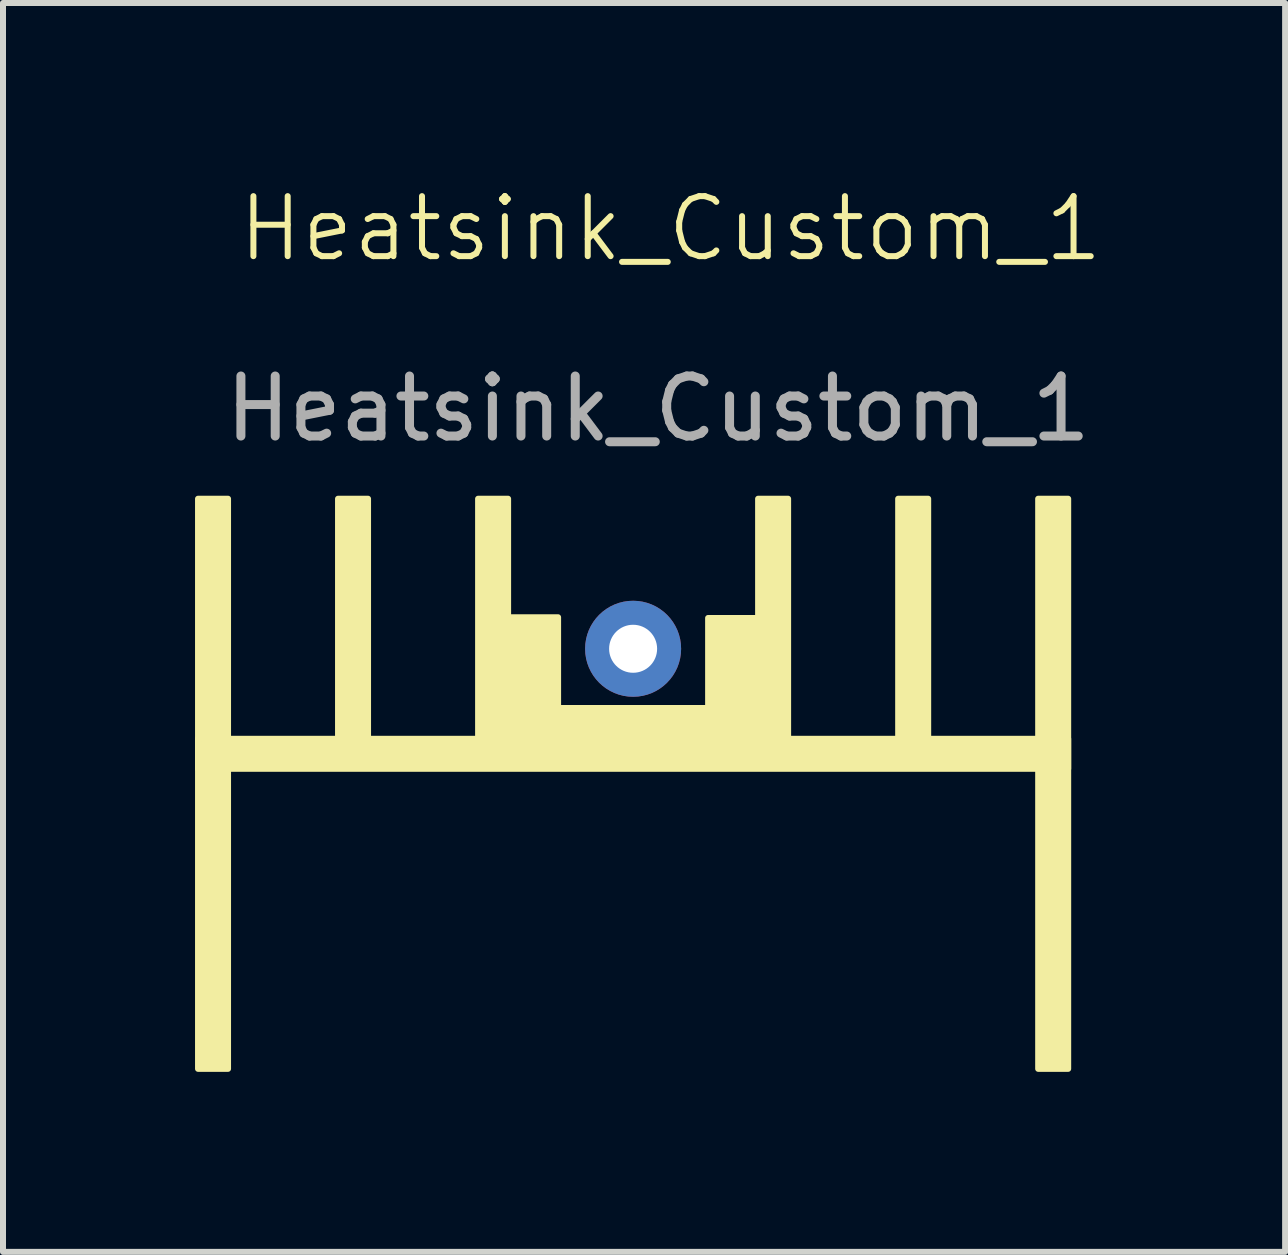
<source format=kicad_pcb>
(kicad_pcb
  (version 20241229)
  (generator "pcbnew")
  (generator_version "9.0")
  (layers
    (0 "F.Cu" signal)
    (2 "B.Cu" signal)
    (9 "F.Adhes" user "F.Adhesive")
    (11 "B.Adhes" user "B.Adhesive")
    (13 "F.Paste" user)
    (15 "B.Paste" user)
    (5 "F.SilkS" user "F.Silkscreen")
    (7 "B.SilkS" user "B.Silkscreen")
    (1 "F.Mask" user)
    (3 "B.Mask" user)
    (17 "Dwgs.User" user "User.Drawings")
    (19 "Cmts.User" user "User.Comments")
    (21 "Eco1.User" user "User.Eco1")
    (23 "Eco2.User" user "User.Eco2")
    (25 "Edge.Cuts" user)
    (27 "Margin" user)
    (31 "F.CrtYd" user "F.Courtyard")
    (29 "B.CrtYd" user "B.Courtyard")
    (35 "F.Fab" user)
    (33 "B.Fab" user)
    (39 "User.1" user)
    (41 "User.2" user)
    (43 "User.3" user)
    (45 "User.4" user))
  (footprint "Heatsink_Custom_1"
    (layer "F.Cu")
    (at 0.25 5.261)
    (property "Reference" "Heatsink_Custom_1" (at 7.875 -4.5 0) (unlocked yes) (layer "F.SilkS") (effects (font (size 1 1) (thickness 0.1))))
    (attr through_hole)
    (fp_rect (start 0 0) (end 0.5 9.5) (stroke (width 0.1) (type default)) (fill yes) (layer "F.SilkS"))
    (fp_rect (start 0 4) (end 14.5 4.5) (stroke (width 0.1) (type default)) (fill yes) (layer "F.SilkS"))
    (fp_rect (start 2.333 0) (end 2.833 4) (stroke (width 0.1) (type default)) (fill yes) (layer "F.SilkS"))
    (fp_rect (start 4.667 0) (end 5.167 4) (stroke (width 0.1) (type default)) (fill yes) (layer "F.SilkS"))
    (fp_rect (start 5 1.975) (end 6 4) (stroke (width 0.1) (type default)) (fill yes) (layer "F.SilkS"))
    (fp_rect (start 6 3.487) (end 8.5 4.013) (stroke (width 0.1) (type default)) (fill yes) (layer "F.SilkS"))
    (fp_rect (start 8.5 1.987) (end 9.5 4.013) (stroke (width 0.1) (type default)) (fill yes) (layer "F.SilkS"))
    (fp_rect (start 9.333 0) (end 9.833 4) (stroke (width 0.1) (type default)) (fill yes) (layer "F.SilkS"))
    (fp_rect (start 11.667 0) (end 12.167 4) (stroke (width 0.1) (type default)) (fill yes) (layer "F.SilkS"))
    (fp_rect (start 14 0) (end 14.5 9.5) (stroke (width 0.1) (type default)) (fill yes) (layer "F.SilkS"))
    (fp_text user "${REFERENCE}" (at 7.667 -1.5 0) (unlocked yes) (layer "F.Fab") (effects (font (size 1 1) (thickness 0.15))))
    (pad "1" thru_hole circle (at 7.25 2.5) (size 1.6 1.6) (drill 0.8) (layers "*.Cu" "*.Mask")))
  (gr_rect
    (start -3 -3)
    (end 18.365 17.811)
    (stroke (width 0.1) (type default))
    (fill no)
    (layer "Edge.Cuts")))
</source>
